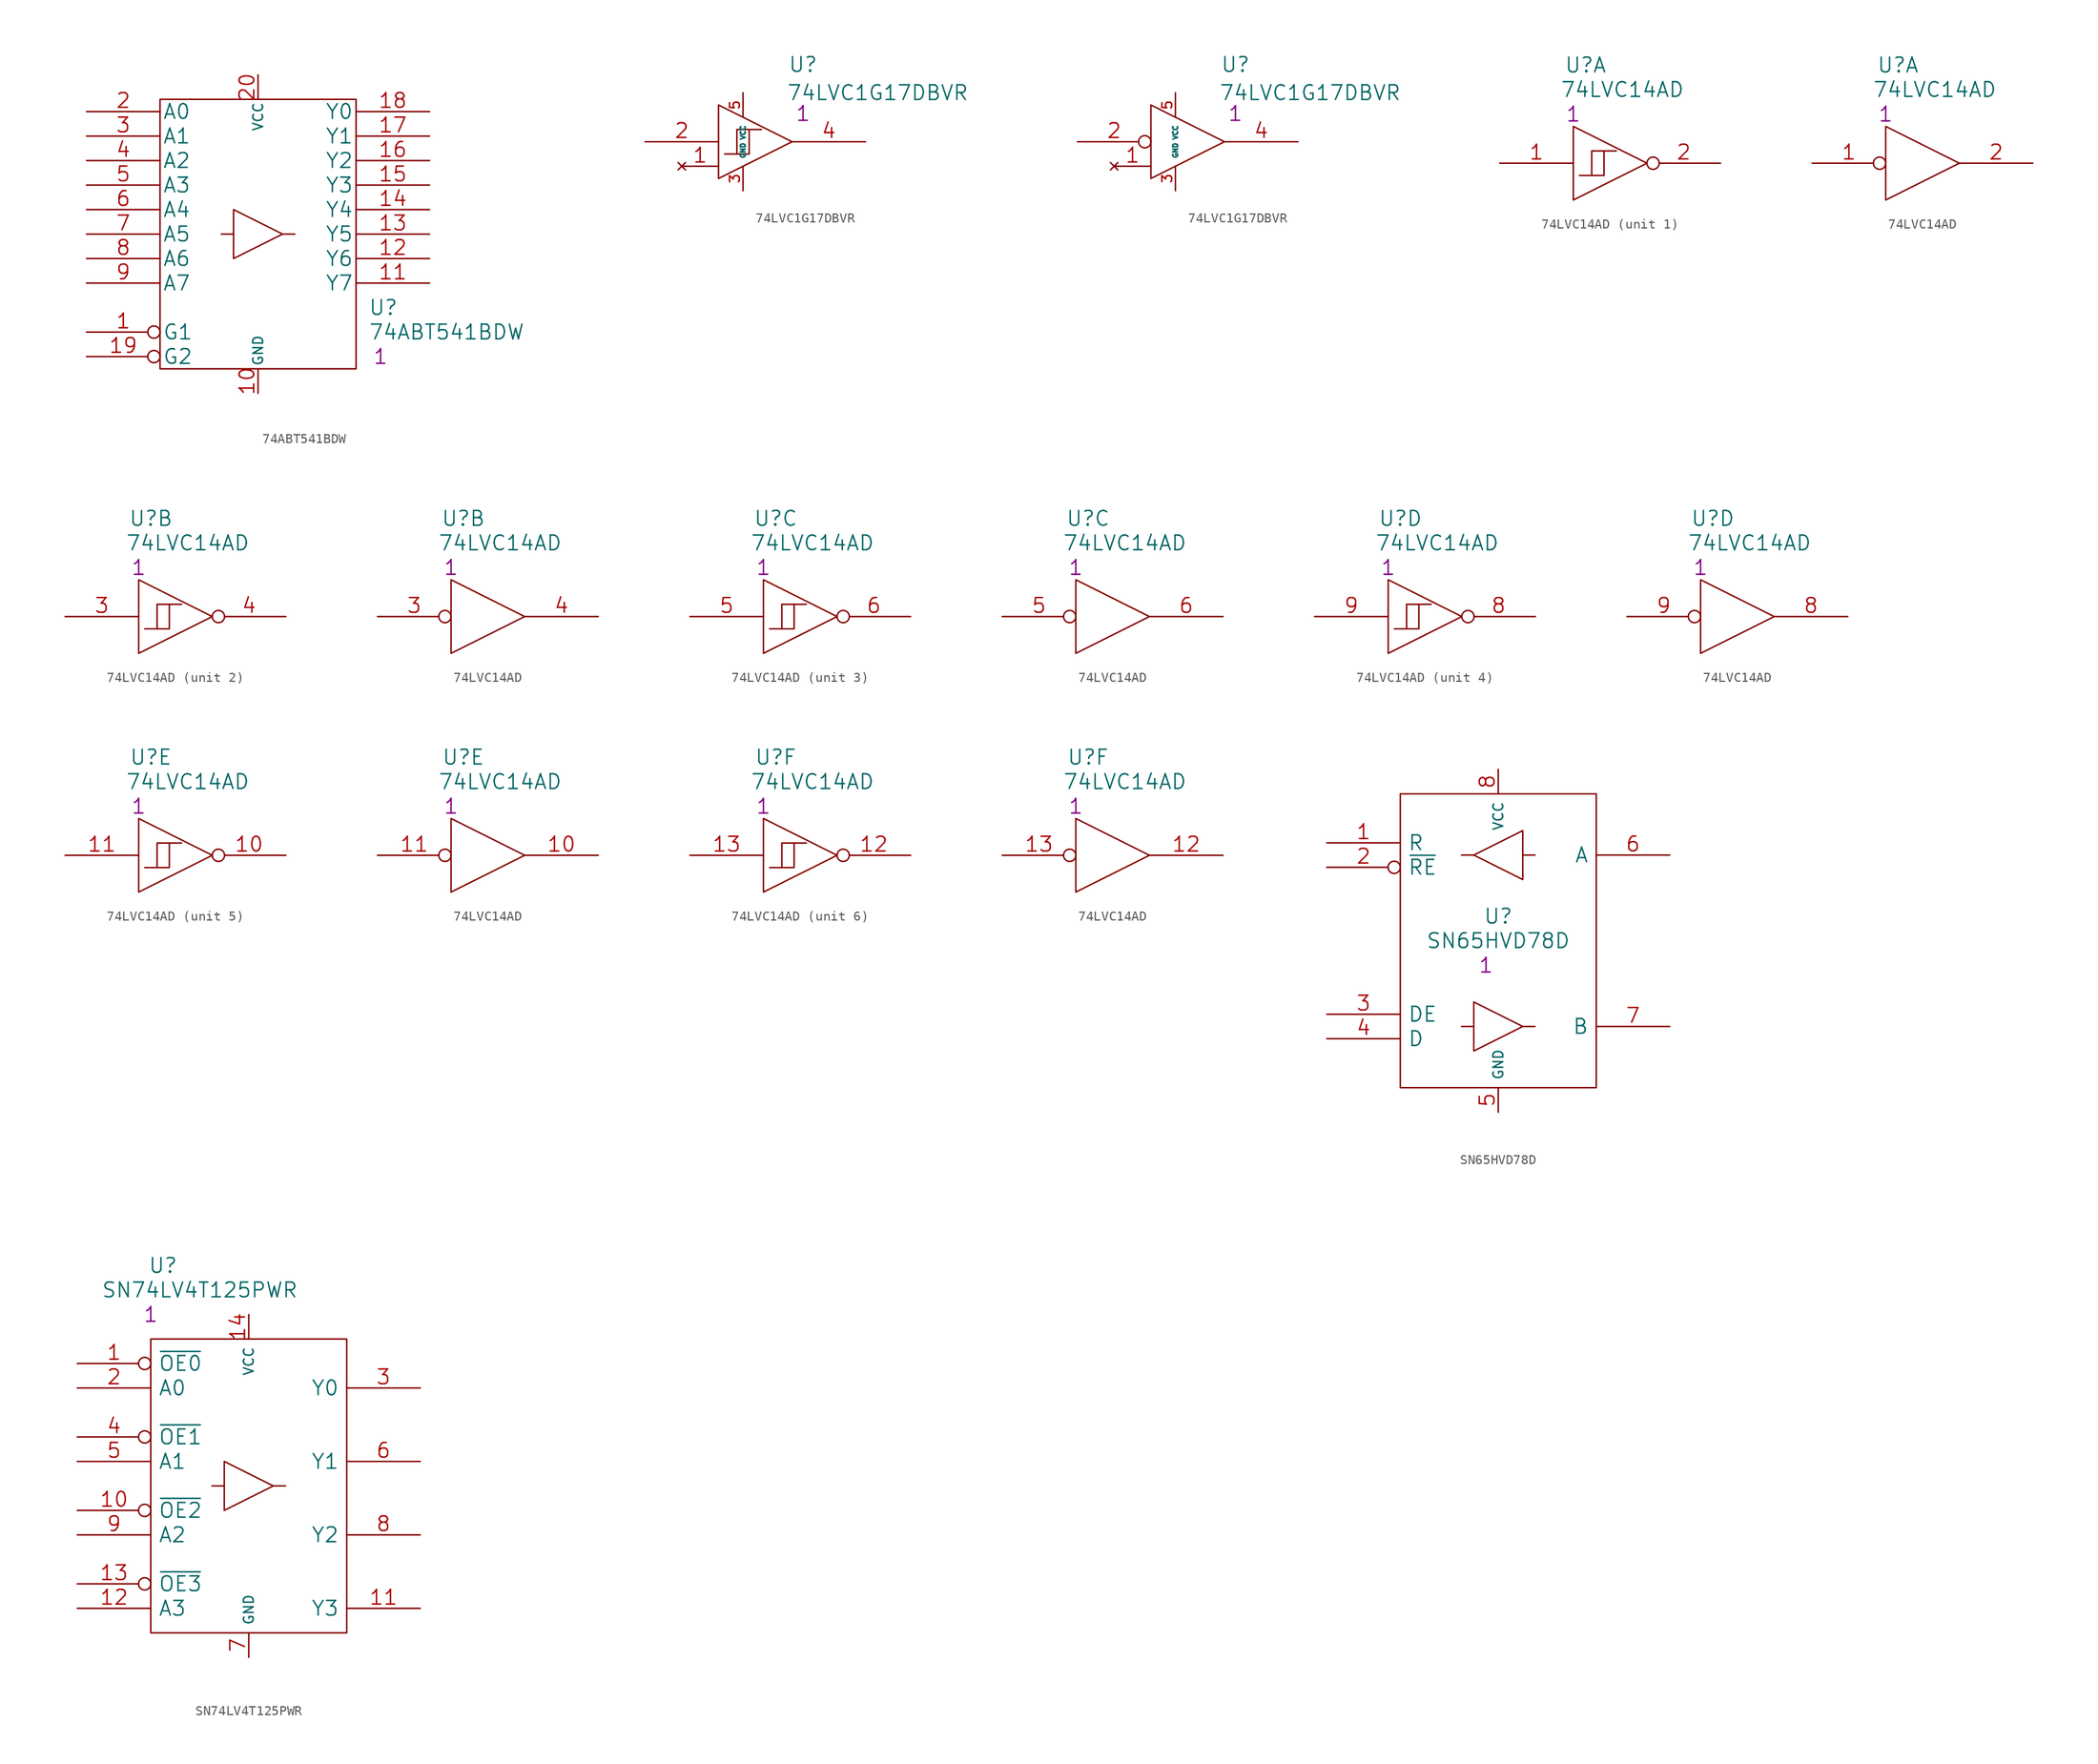
<source format=kicad_sym>
(kicad_symbol_lib
  (version 20201005)
  (generator kicad_symbol_editor)
  (symbol "S_logic:74ABT541BDW"
    (pin_names
      (offset 0.254))
    (property "Reference" "U"
      (at 29.21 -20.32 0)
      (effects (font (size 1.524 1.524)) (justify left)))
    (property "Value" "74ABT541BDW"
      (at 29.21 -22.86 0)
      (effects (font (size 1.524 1.524)) (justify left)))
    (property "Datasheet" ""
      (at 0 0 0)
      (effects (font (size 1.524 1.524))))
    (property "Qty" "1"
      (at 30.48 -25.4 0)
      (effects (font (size 1.524 1.524))))
    (symbol "74ABT541BDW_0_0"
      (pin power_in line (at 17.78 -29.21 90) (length 2.54) (name "GND" (effects (font (size 1.016 1.016)))) (number "10" (effects (font (size 1.524 1.524)))))
      (pin power_in line (at 17.78 3.81 270) (length 2.54) (name "VCC" (effects (font (size 1.016 1.016)))) (number "20" (effects (font (size 1.524 1.524))))))
    (symbol "74ABT541BDW_0_1"
      (rectangle (start 7.62 1.27) (end 27.94 -26.67) (stroke (width 0)) (fill (type none)))
      (polyline (pts (xy 15.24 -12.7) (xy 13.97 -12.7)) (stroke (width 0)) (fill (type none)))
      (polyline (pts (xy 20.32 -12.7) (xy 21.59 -12.7)) (stroke (width 0)) (fill (type none)))
      (polyline (pts (xy 15.24 -10.16) (xy 15.24 -15.24) (xy 20.32 -12.7) (xy 15.24 -10.16)) (stroke (width 0)) (fill (type none))))
    (symbol "74ABT541BDW_1_1"
      (pin input inverted (at 0 -22.86 0) (length 7.62) (name "G1" (effects (font (size 1.524 1.524)))) (number "1" (effects (font (size 1.524 1.524)))))
      (pin input line (at 0 0 0) (length 7.62) (name "A0" (effects (font (size 1.524 1.524)))) (number "2" (effects (font (size 1.524 1.524)))))
      (pin input line (at 0 -2.54 0) (length 7.62) (name "A1" (effects (font (size 1.524 1.524)))) (number "3" (effects (font (size 1.524 1.524)))))
      (pin input line (at 0 -5.08 0) (length 7.62) (name "A2" (effects (font (size 1.524 1.524)))) (number "4" (effects (font (size 1.524 1.524)))))
      (pin input line (at 0 -7.62 0) (length 7.62) (name "A3" (effects (font (size 1.524 1.524)))) (number "5" (effects (font (size 1.524 1.524)))))
      (pin input line (at 0 -10.16 0) (length 7.62) (name "A4" (effects (font (size 1.524 1.524)))) (number "6" (effects (font (size 1.524 1.524)))))
      (pin input line (at 0 -12.7 0) (length 7.62) (name "A5" (effects (font (size 1.524 1.524)))) (number "7" (effects (font (size 1.524 1.524)))))
      (pin input line (at 0 -15.24 0) (length 7.62) (name "A6" (effects (font (size 1.524 1.524)))) (number "8" (effects (font (size 1.524 1.524)))))
      (pin input line (at 0 -17.78 0) (length 7.62) (name "A7" (effects (font (size 1.524 1.524)))) (number "9" (effects (font (size 1.524 1.524)))))
      (pin tri_state line (at 35.56 -17.78 180) (length 7.62) (name "Y7" (effects (font (size 1.524 1.524)))) (number "11" (effects (font (size 1.524 1.524)))))
      (pin tri_state line (at 35.56 -15.24 180) (length 7.62) (name "Y6" (effects (font (size 1.524 1.524)))) (number "12" (effects (font (size 1.524 1.524)))))
      (pin tri_state line (at 35.56 -12.7 180) (length 7.62) (name "Y5" (effects (font (size 1.524 1.524)))) (number "13" (effects (font (size 1.524 1.524)))))
      (pin tri_state line (at 35.56 -10.16 180) (length 7.62) (name "Y4" (effects (font (size 1.524 1.524)))) (number "14" (effects (font (size 1.524 1.524)))))
      (pin tri_state line (at 35.56 -7.62 180) (length 7.62) (name "Y3" (effects (font (size 1.524 1.524)))) (number "15" (effects (font (size 1.524 1.524)))))
      (pin tri_state line (at 35.56 -5.08 180) (length 7.62) (name "Y2" (effects (font (size 1.524 1.524)))) (number "16" (effects (font (size 1.524 1.524)))))
      (pin tri_state line (at 35.56 -2.54 180) (length 7.62) (name "Y1" (effects (font (size 1.524 1.524)))) (number "17" (effects (font (size 1.524 1.524)))))
      (pin tri_state line (at 35.56 0 180) (length 7.62) (name "Y0" (effects (font (size 1.524 1.524)))) (number "18" (effects (font (size 1.524 1.524)))))
      (pin input inverted (at 0 -25.4 0) (length 7.62) (name "G2" (effects (font (size 1.524 1.524)))) (number "19" (effects (font (size 1.524 1.524)))))))
  (symbol "S_logic:74LVC1G17DBVR"
    (pin_names
      (offset 0.762))
    (property "Reference" "U"
      (at 16.383 8.001 0)
      (effects (font (size 1.524 1.524))))
    (property "Value" "74LVC1G17DBVR"
      (at 24.13 5.08 0)
      (effects (font (size 1.524 1.524))))
    (property "Datasheet" ""
      (at 0 0 0)
      (effects (font (size 1.524 1.524))))
    (property "Qty" "1"
      (at 16.383 2.921 0)
      (effects (font (size 1.524 1.524))))
    (symbol "74LVC1G17DBVR_0_0"
      (polyline (pts (xy 7.62 3.81) (xy 7.62 -3.81) (xy 15.24 0) (xy 7.62 3.81)) (stroke (width 0)) (fill (type none)))
      (pin power_in line (at 10.16 -5.08 90) (length 2.54) (name "GND" (effects (font (size 0.508 0.508)))) (number "3" (effects (font (size 1.016 1.016)))))
      (pin power_in line (at 10.16 5.08 270) (length 2.54) (name "VCC" (effects (font (size 0.508 0.508)))) (number "5" (effects (font (size 1.016 1.016))))))
    (symbol "74LVC1G17DBVR_0_1"
      (polyline (pts (xy 12.065 1.27) (xy 9.525 1.27) (xy 9.525 -1.27) (xy 8.255 -1.27) (xy 10.795 -1.27) (xy 10.795 1.27)) (stroke (width 0)) (fill (type none))))
    (symbol "74LVC1G17DBVR_1_1"
      (pin no_connect line (at 3.81 -2.54 0) (length 3.81) (name "~" (effects (font (size 1.524 1.524)))) (number "1" (effects (font (size 1.524 1.524)))))
      (pin input line (at 0 0 0) (length 7.62) (name "~" (effects (font (size 1.524 1.524)))) (number "2" (effects (font (size 1.524 1.524)))))
      (pin output line (at 22.86 0 180) (length 7.62) (name "~" (effects (font (size 1.524 1.524)))) (number "4" (effects (font (size 1.524 1.524))))))
    (symbol "74LVC1G17DBVR_1_2"
      (pin no_connect line (at 3.81 -2.54 0) (length 3.81) (name "~" (effects (font (size 1.524 1.524)))) (number "1" (effects (font (size 1.524 1.524)))))
      (pin input inverted (at 0 0 0) (length 7.62) (name "~" (effects (font (size 1.524 1.524)))) (number "2" (effects (font (size 1.524 1.524)))))
      (pin output line (at 22.86 0 180) (length 7.62) (name "~" (effects (font (size 1.524 1.524)))) (number "4" (effects (font (size 1.524 1.524)))))))
  (symbol "S_logic:74LVC14AD"
    (pin_names
      (offset 0.762))
    (property "Reference" "U"
      (at 8.89 10.16 0)
      (effects (font (size 1.524 1.524))))
    (property "Value" "74LVC14AD"
      (at 12.7 7.62 0)
      (effects (font (size 1.524 1.524))))
    (property "Datasheet" ""
      (at 0 0 0)
      (effects (font (size 1.524 1.524))))
    (property "Qty" "1"
      (at 7.62 5.08 0)
      (effects (font (size 1.524 1.524))))
    (symbol "74LVC14AD_0_0"
      (polyline (pts (xy 7.62 3.81) (xy 7.62 -3.81) (xy 15.24 0) (xy 7.62 3.81)) (stroke (width 0)) (fill (type none)))
      (pin power_in line (at 10.16 -2.54 90) (length 0) hide (name "GND" (effects (font (size 0.508 0.508)))) (number "7" (effects (font (size 0.762 0.762)))))
      (pin power_in line (at 10.16 2.54 270) (length 0) hide (name "VCC" (effects (font (size 0.508 0.508)))) (number "14" (effects (font (size 0.762 0.762))))))
    (symbol "74LVC14AD_0_1"
      (polyline (pts (xy 8.255 -1.27) (xy 10.795 -1.27) (xy 9.525 -1.27) (xy 9.525 1.27) (xy 10.795 1.27) (xy 10.795 -1.27) (xy 10.795 1.27) (xy 12.065 1.27)) (stroke (width 0)) (fill (type none))))
    (symbol "74LVC14AD_1_1"
      (pin input line (at 0 0 0) (length 7.62) (name "~" (effects (font (size 1.524 1.524)))) (number "1" (effects (font (size 1.524 1.524)))))
      (pin output inverted (at 22.86 0 180) (length 7.62) (name "~" (effects (font (size 1.524 1.524)))) (number "2" (effects (font (size 1.524 1.524))))))
    (symbol "74LVC14AD_1_2"
      (pin input inverted (at 0 0 0) (length 7.62) (name "~" (effects (font (size 1.524 1.524)))) (number "1" (effects (font (size 1.524 1.524)))))
      (pin output line (at 22.86 0 180) (length 7.62) (name "~" (effects (font (size 1.524 1.524)))) (number "2" (effects (font (size 1.524 1.524))))))
    (symbol "74LVC14AD_2_1"
      (pin input line (at 0 0 0) (length 7.62) (name "~" (effects (font (size 1.524 1.524)))) (number "3" (effects (font (size 1.524 1.524)))))
      (pin output inverted (at 22.86 0 180) (length 7.62) (name "~" (effects (font (size 1.524 1.524)))) (number "4" (effects (font (size 1.524 1.524))))))
    (symbol "74LVC14AD_2_2"
      (pin input inverted (at 0 0 0) (length 7.62) (name "~" (effects (font (size 1.524 1.524)))) (number "3" (effects (font (size 1.524 1.524)))))
      (pin output line (at 22.86 0 180) (length 7.62) (name "~" (effects (font (size 1.524 1.524)))) (number "4" (effects (font (size 1.524 1.524))))))
    (symbol "74LVC14AD_3_1"
      (pin input line (at 0 0 0) (length 7.62) (name "~" (effects (font (size 1.524 1.524)))) (number "5" (effects (font (size 1.524 1.524)))))
      (pin output inverted (at 22.86 0 180) (length 7.62) (name "~" (effects (font (size 1.524 1.524)))) (number "6" (effects (font (size 1.524 1.524))))))
    (symbol "74LVC14AD_3_2"
      (pin input inverted (at 0 0 0) (length 7.62) (name "~" (effects (font (size 1.524 1.524)))) (number "5" (effects (font (size 1.524 1.524)))))
      (pin output line (at 22.86 0 180) (length 7.62) (name "~" (effects (font (size 1.524 1.524)))) (number "6" (effects (font (size 1.524 1.524))))))
    (symbol "74LVC14AD_4_1"
      (pin output inverted (at 22.86 0 180) (length 7.62) (name "~" (effects (font (size 1.524 1.524)))) (number "8" (effects (font (size 1.524 1.524)))))
      (pin input line (at 0 0 0) (length 7.62) (name "~" (effects (font (size 1.524 1.524)))) (number "9" (effects (font (size 1.524 1.524))))))
    (symbol "74LVC14AD_4_2"
      (pin output line (at 22.86 0 180) (length 7.62) (name "~" (effects (font (size 1.524 1.524)))) (number "8" (effects (font (size 1.524 1.524)))))
      (pin input inverted (at 0 0 0) (length 7.62) (name "~" (effects (font (size 1.524 1.524)))) (number "9" (effects (font (size 1.524 1.524))))))
    (symbol "74LVC14AD_5_1"
      (pin output inverted (at 22.86 0 180) (length 7.62) (name "~" (effects (font (size 1.524 1.524)))) (number "10" (effects (font (size 1.524 1.524)))))
      (pin input line (at 0 0 0) (length 7.62) (name "~" (effects (font (size 1.524 1.524)))) (number "11" (effects (font (size 1.524 1.524))))))
    (symbol "74LVC14AD_5_2"
      (pin output line (at 22.86 0 180) (length 7.62) (name "~" (effects (font (size 1.524 1.524)))) (number "10" (effects (font (size 1.524 1.524)))))
      (pin input inverted (at 0 0 0) (length 7.62) (name "~" (effects (font (size 1.524 1.524)))) (number "11" (effects (font (size 1.524 1.524))))))
    (symbol "74LVC14AD_6_1"
      (pin output inverted (at 22.86 0 180) (length 7.62) (name "~" (effects (font (size 1.524 1.524)))) (number "12" (effects (font (size 1.524 1.524)))))
      (pin input line (at 0 0 0) (length 7.62) (name "~" (effects (font (size 1.524 1.524)))) (number "13" (effects (font (size 1.524 1.524))))))
    (symbol "74LVC14AD_6_2"
      (pin output line (at 22.86 0 180) (length 7.62) (name "~" (effects (font (size 1.524 1.524)))) (number "12" (effects (font (size 1.524 1.524)))))
      (pin input inverted (at 0 0 0) (length 7.62) (name "~" (effects (font (size 1.524 1.524)))) (number "13" (effects (font (size 1.524 1.524)))))))
  (symbol "S_logic:SN65HVD78D"
    (pin_names
      (offset 0.762))
    (property "Reference" "U"
      (at 17.78 -10.16 0)
      (effects (font (size 1.524 1.524))))
    (property "Value" "SN65HVD78D"
      (at 17.78 -12.7 0)
      (effects (font (size 1.524 1.524))))
    (property "Datasheet" ""
      (at 0 -5.08 0)
      (effects (font (size 1.524 1.524))))
    (property "Qty" "1"
      (at 16.51 -15.24 0)
      (effects (font (size 1.524 1.524))))
    (symbol "SN65HVD78D_0_0"
      (pin power_in line (at 17.78 -30.48 90) (length 2.54) (name "GND" (effects (font (size 1.016 1.016)))) (number "5" (effects (font (size 1.524 1.524)))))
      (pin power_in line (at 17.78 5.08 270) (length 2.54) (name "VCC" (effects (font (size 1.016 1.016)))) (number "8" (effects (font (size 1.524 1.524))))))
    (symbol "SN65HVD78D_0_1"
      (rectangle (start 7.62 2.54) (end 27.94 -27.94) (stroke (width 0)) (fill (type none)))
      (polyline (pts (xy 15.24 -21.59) (xy 13.97 -21.59)) (stroke (width 0)) (fill (type none)))
      (polyline (pts (xy 15.24 -3.81) (xy 13.97 -3.81)) (stroke (width 0)) (fill (type none)))
      (polyline (pts (xy 20.32 -21.59) (xy 21.59 -21.59)) (stroke (width 0)) (fill (type none)))
      (polyline (pts (xy 20.32 -3.81) (xy 21.59 -3.81)) (stroke (width 0)) (fill (type none)))
      (polyline (pts (xy 15.24 -19.05) (xy 15.24 -24.13) (xy 20.32 -21.59) (xy 15.24 -19.05)) (stroke (width 0)) (fill (type none)))
      (polyline (pts (xy 20.32 -1.27) (xy 20.32 -6.35) (xy 15.24 -3.81) (xy 20.32 -1.27)) (stroke (width 0)) (fill (type none))))
    (symbol "SN65HVD78D_1_1"
      (pin output line (at 0 -2.54 0) (length 7.62) (name "R" (effects (font (size 1.524 1.524)))) (number "1" (effects (font (size 1.524 1.524)))))
      (pin input inverted (at 0 -5.08 0) (length 7.62) (name "~RE" (effects (font (size 1.524 1.524)))) (number "2" (effects (font (size 1.524 1.524)))))
      (pin input line (at 0 -20.32 0) (length 7.62) (name "DE" (effects (font (size 1.524 1.524)))) (number "3" (effects (font (size 1.524 1.524)))))
      (pin input line (at 0 -22.86 0) (length 7.62) (name "D" (effects (font (size 1.524 1.524)))) (number "4" (effects (font (size 1.524 1.524)))))
      (pin bidirectional line (at 35.56 -3.81 180) (length 7.62) (name "A" (effects (font (size 1.524 1.524)))) (number "6" (effects (font (size 1.524 1.524)))))
      (pin bidirectional line (at 35.56 -21.59 180) (length 7.62) (name "B" (effects (font (size 1.524 1.524)))) (number "7" (effects (font (size 1.524 1.524)))))))
  (symbol "S_logic:SN74LV4T125PWR"
    (pin_names
      (offset 0.762))
    (property "Reference" "U"
      (at 8.89 10.16 0)
      (effects (font (size 1.524 1.524))))
    (property "Value" "SN74LV4T125PWR"
      (at 12.7 7.62 0)
      (effects (font (size 1.524 1.524))))
    (property "Datasheet" ""
      (at 0 -2.54 0)
      (effects (font (size 1.524 1.524))))
    (property "Qty" "1"
      (at 7.62 5.08 0)
      (effects (font (size 1.524 1.524))))
    (symbol "SN74LV4T125PWR_0_0"
      (pin power_in line (at 17.78 -30.48 90) (length 2.54) (name "GND" (effects (font (size 1.016 1.016)))) (number "7" (effects (font (size 1.524 1.524)))))
      (pin power_in line (at 17.78 5.08 270) (length 2.54) (name "VCC" (effects (font (size 1.016 1.016)))) (number "14" (effects (font (size 1.524 1.524))))))
    (symbol "SN74LV4T125PWR_0_1"
      (rectangle (start 7.62 2.54) (end 27.94 -27.94) (stroke (width 0)) (fill (type none)))
      (polyline (pts (xy 15.24 -12.7) (xy 13.97 -12.7)) (stroke (width 0)) (fill (type none)))
      (polyline (pts (xy 20.32 -12.7) (xy 21.59 -12.7)) (stroke (width 0)) (fill (type none)))
      (polyline (pts (xy 15.24 -10.16) (xy 15.24 -15.24) (xy 20.32 -12.7) (xy 15.24 -10.16)) (stroke (width 0)) (fill (type none))))
    (symbol "SN74LV4T125PWR_1_1"
      (pin input inverted (at 0 0 0) (length 7.62) (name "~OE0" (effects (font (size 1.524 1.524)))) (number "1" (effects (font (size 1.524 1.524)))))
      (pin input line (at 0 -2.54 0) (length 7.62) (name "A0" (effects (font (size 1.524 1.524)))) (number "2" (effects (font (size 1.524 1.524)))))
      (pin tri_state line (at 35.56 -2.54 180) (length 7.62) (name "Y0" (effects (font (size 1.524 1.524)))) (number "3" (effects (font (size 1.524 1.524)))))
      (pin input inverted (at 0 -7.62 0) (length 7.62) (name "~OE1" (effects (font (size 1.524 1.524)))) (number "4" (effects (font (size 1.524 1.524)))))
      (pin input line (at 0 -10.16 0) (length 7.62) (name "A1" (effects (font (size 1.524 1.524)))) (number "5" (effects (font (size 1.524 1.524)))))
      (pin tri_state line (at 35.56 -10.16 180) (length 7.62) (name "Y1" (effects (font (size 1.524 1.524)))) (number "6" (effects (font (size 1.524 1.524)))))
      (pin tri_state line (at 35.56 -17.78 180) (length 7.62) (name "Y2" (effects (font (size 1.524 1.524)))) (number "8" (effects (font (size 1.524 1.524)))))
      (pin input line (at 0 -17.78 0) (length 7.62) (name "A2" (effects (font (size 1.524 1.524)))) (number "9" (effects (font (size 1.524 1.524)))))
      (pin input inverted (at 0 -15.24 0) (length 7.62) (name "~OE2" (effects (font (size 1.524 1.524)))) (number "10" (effects (font (size 1.524 1.524)))))
      (pin tri_state line (at 35.56 -25.4 180) (length 7.62) (name "Y3" (effects (font (size 1.524 1.524)))) (number "11" (effects (font (size 1.524 1.524)))))
      (pin input line (at 0 -25.4 0) (length 7.62) (name "A3" (effects (font (size 1.524 1.524)))) (number "12" (effects (font (size 1.524 1.524)))))
      (pin input inverted (at 0 -22.86 0) (length 7.62) (name "~OE3" (effects (font (size 1.524 1.524)))) (number "13" (effects (font (size 1.524 1.524))))))))
</source>
